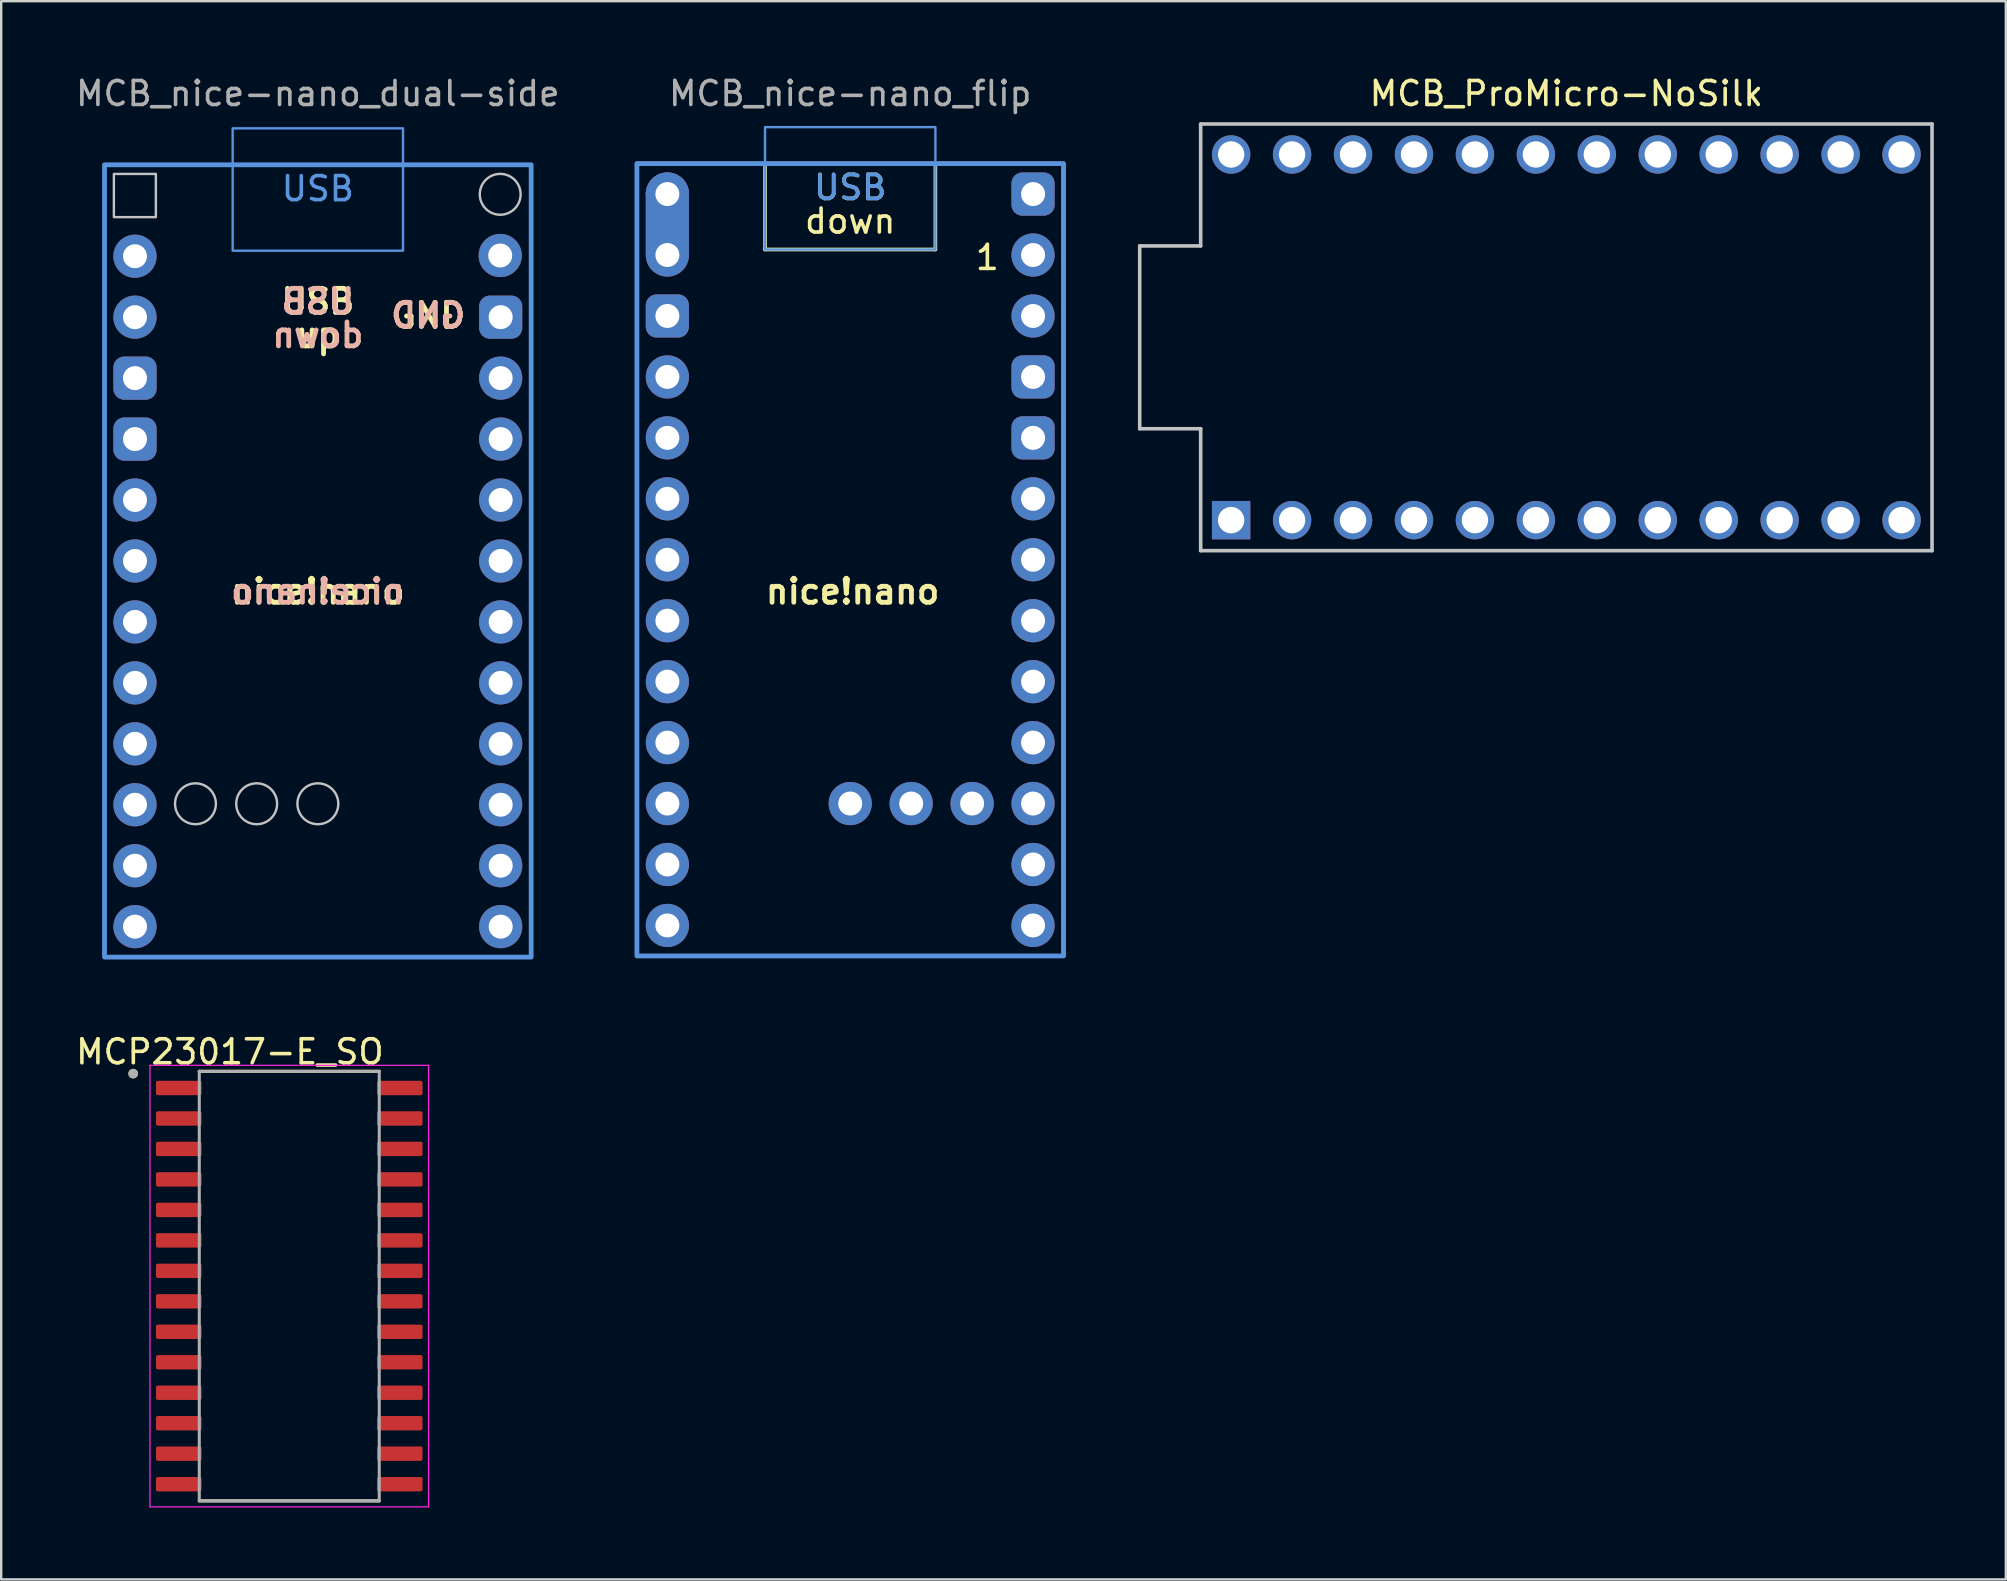
<source format=kicad_pcb>
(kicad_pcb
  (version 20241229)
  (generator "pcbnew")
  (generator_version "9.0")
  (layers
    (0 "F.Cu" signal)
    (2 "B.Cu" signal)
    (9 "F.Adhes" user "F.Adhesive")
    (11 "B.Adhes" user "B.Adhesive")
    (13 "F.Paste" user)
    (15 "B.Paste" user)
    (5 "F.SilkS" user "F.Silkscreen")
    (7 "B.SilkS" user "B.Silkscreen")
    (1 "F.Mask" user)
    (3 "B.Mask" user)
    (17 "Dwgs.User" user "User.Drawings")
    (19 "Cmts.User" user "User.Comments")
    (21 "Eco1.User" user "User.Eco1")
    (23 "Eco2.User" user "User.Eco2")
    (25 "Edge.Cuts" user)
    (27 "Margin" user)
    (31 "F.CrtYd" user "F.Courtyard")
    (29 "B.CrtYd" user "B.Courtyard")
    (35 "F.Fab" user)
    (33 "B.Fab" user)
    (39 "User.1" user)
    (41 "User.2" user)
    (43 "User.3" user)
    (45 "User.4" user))
  (footprint "MCB_nice-nano_flip"
    (layer "F.Cu")
    (at 32.383 21.548)
    (property "Reference" "MCB_nice-nano_flip" (at 0 -20.7 0) (layer "F.Fab") (effects (font (size 1 1) (thickness 0.15))))
    (attr through_hole exclude_from_pos_files exclude_from_bom)
    (fp_line (start -3.55 -14.2) (end -3.55 -17.78) (stroke (width 0.15) (type default)) (layer "F.SilkS"))
    (fp_line (start 3.55 -14.2) (end -3.55 -14.2) (stroke (width 0.15) (type default)) (layer "F.SilkS"))
    (fp_line (start 3.55 -14.2) (end 3.55 -17.78) (stroke (width 0.15) (type default)) (layer "F.SilkS"))
    (fp_rect (start -8.89 -17.78) (end 8.89 15.24) (stroke (width 0.15) (type solid)) (fill no) (layer "F.SilkS"))
    (fp_rect (start -3.55 -19.3) (end 3.55 -14.2) (stroke (width 0.1) (type default)) (fill no) (layer "Cmts.User"))
    (fp_rect (start 8.89 -17.78) (end -8.89 15.24) (stroke (width 0.2) (type solid)) (fill no) (layer "Cmts.User"))
    (fp_text user "down" (at 0 -14.8 0) (unlocked yes) (layer "F.SilkS") (effects (font (size 1 1) (thickness 0.15)) (justify bottom)))
    (fp_text user "USB" (at 0 -16.2 0) (unlocked yes) (layer "F.SilkS") (effects (font (size 1 1) (thickness 0.15)) (justify bottom)))
    (fp_text user "1" (at 5.715 -13.283 0) (layer "F.SilkS") (effects (font (size 1 1) (thickness 0.15)) (justify bottom)))
    (fp_text user "nice!nano" (at 0.1 0.05 0) (unlocked yes) (layer "F.SilkS") (effects (font (size 1 1) (thickness 0.2) (bold yes))))
    (fp_text user "USB" (at 0 -16.2 0) (layer "Cmts.User") (effects (font (size 1 1) (thickness 0.15)) (justify bottom)))
    (pad "1" thru_hole circle (at 7.62 -13.97) (size 1.8 1.8) (drill 1) (layers "*.Cu" "B.Mask"))
    (pad "2" thru_hole circle (at 7.62 -11.43) (size 1.8 1.8) (drill 1) (layers "*.Cu" "B.Mask"))
    (pad "3" thru_hole roundrect (at 7.62 -8.89) (size 1.8 1.8) (drill 1) (layers "*.Cu" "B.Mask") (roundrect_rratio 0.25))
    (pad "4" thru_hole roundrect (at 7.62 -6.35) (size 1.8 1.8) (drill 1) (layers "*.Cu" "B.Mask") (roundrect_rratio 0.25))
    (pad "5" thru_hole circle (at 7.62 -3.81) (size 1.8 1.8) (drill 1) (layers "*.Cu" "B.Mask"))
    (pad "6" thru_hole circle (at 7.62 -1.27) (size 1.8 1.8) (drill 1) (layers "*.Cu" "B.Mask"))
    (pad "7" thru_hole circle (at 7.62 1.27) (size 1.8 1.8) (drill 1) (layers "*.Cu" "B.Mask"))
    (pad "8" thru_hole circle (at 7.62 3.81) (size 1.8 1.8) (drill 1) (layers "*.Cu" "B.Mask"))
    (pad "9" thru_hole circle (at 7.62 6.35) (size 1.8 1.8) (drill 1) (layers "*.Cu" "B.Mask"))
    (pad "10" thru_hole circle (at 7.62 8.89) (size 1.8 1.8) (drill 1) (layers "*.Cu" "B.Mask"))
    (pad "11" thru_hole circle (at 7.62 11.43) (size 1.8 1.8) (drill 1) (layers "*.Cu" "B.Mask"))
    (pad "12" thru_hole circle (at 7.62 13.97) (size 1.8 1.8) (drill 1) (layers "*.Cu" "B.Mask"))
    (pad "13" thru_hole oval (at -7.62 -13.97) (size 1.8 4.34) (drill 1 (offset 0 -1.27)) (layers "*.Cu" "B.Mask"))
    (pad "14" thru_hole roundrect (at -7.62 -11.43) (size 1.8 1.8) (drill 1) (layers "*.Cu" "B.Mask") (roundrect_rratio 0.25))
    (pad "15" thru_hole circle (at -7.62 -8.89) (size 1.8 1.8) (drill 1) (layers "*.Cu" "B.Mask"))
    (pad "16" thru_hole circle (at -7.62 -6.35) (size 1.8 1.8) (drill 1) (layers "*.Cu" "B.Mask"))
    (pad "17" thru_hole circle (at -7.62 -3.81) (size 1.8 1.8) (drill 1) (layers "*.Cu" "B.Mask"))
    (pad "18" thru_hole circle (at -7.62 -1.27) (size 1.8 1.8) (drill 1) (layers "*.Cu" "B.Mask"))
    (pad "19" thru_hole circle (at -7.62 1.27) (size 1.8 1.8) (drill 1) (layers "*.Cu" "B.Mask"))
    (pad "20" thru_hole circle (at -7.62 3.81) (size 1.8 1.8) (drill 1) (layers "*.Cu" "B.Mask"))
    (pad "21" thru_hole circle (at -7.62 6.35) (size 1.8 1.8) (drill 1) (layers "*.Cu" "B.Mask"))
    (pad "22" thru_hole circle (at -7.62 8.89) (size 1.8 1.8) (drill 1) (layers "*.Cu" "B.Mask"))
    (pad "23" thru_hole circle (at -7.62 11.43) (size 1.8 1.8) (drill 1) (layers "*.Cu" "B.Mask"))
    (pad "24" thru_hole circle (at -7.62 13.97) (size 1.8 1.8) (drill 1) (layers "*.Cu" "B.Mask"))
    (pad "25" thru_hole circle (at 5.08 8.89) (size 1.8 1.8) (drill 1) (layers "*.Cu" "B.Mask"))
    (pad "26" thru_hole circle (at 2.54 8.89) (size 1.8 1.8) (drill 1) (layers "*.Cu" "B.Mask"))
    (pad "27" thru_hole circle (at 0 8.89) (size 1.8 1.8) (drill 1) (layers "*.Cu" "B.Mask"))
    (pad "28" thru_hole roundrect (at 7.62 -16.51) (size 1.8 1.8) (drill 1) (layers "*.Cu" "B.Mask") (roundrect_rratio 0.25))
    (pad "29" thru_hole circle (at -7.62 -16.51) (size 1.8 1.8) (drill 1) (layers "*.Cu" "B.Mask")))
  (footprint "MCP23017-E_SO"
    (layer "F.Cu")
    (at 9.005 50.548)
    (property "Reference" "MCP23017-E_SO" (at -2.475 -9.762 0) (layer "F.SilkS") (effects (font (size 1 1) (thickness 0.15))))
    (attr smd)
    (fp_line (start -3.75 -8.95) (end 3.75 -8.95) (stroke (width 0.127) (type solid)) (layer "F.SilkS"))
    (fp_line (start -3.75 8.95) (end 3.75 8.95) (stroke (width 0.127) (type solid)) (layer "F.SilkS"))
    (fp_circle (center -6.505 -8.855) (end -6.405 -8.855) (stroke (width 0.2) (type solid)) (fill no) (layer "F.SilkS"))
    (fp_line (start -5.805 -9.2) (end -5.805 9.2) (stroke (width 0.05) (type solid)) (layer "F.CrtYd"))
    (fp_line (start -5.805 -9.2) (end 5.805 -9.2) (stroke (width 0.05) (type solid)) (layer "F.CrtYd"))
    (fp_line (start -5.805 9.2) (end 5.805 9.2) (stroke (width 0.05) (type solid)) (layer "F.CrtYd"))
    (fp_line (start 5.805 -9.2) (end 5.805 9.2) (stroke (width 0.05) (type solid)) (layer "F.CrtYd"))
    (fp_line (start -3.75 -8.95) (end -3.75 8.95) (stroke (width 0.127) (type solid)) (layer "F.Fab"))
    (fp_line (start -3.75 -8.95) (end 3.75 -8.95) (stroke (width 0.127) (type solid)) (layer "F.Fab"))
    (fp_line (start -3.75 8.95) (end 3.75 8.95) (stroke (width 0.127) (type solid)) (layer "F.Fab"))
    (fp_line (start 3.75 -8.95) (end 3.75 8.95) (stroke (width 0.127) (type solid)) (layer "F.Fab"))
    (fp_circle (center -6.505 -8.855) (end -6.405 -8.855) (stroke (width 0.2) (type solid)) (fill no) (layer "F.Fab"))
    (pad "1" smd roundrect (at -4.605 -8.255) (size 1.9 0.6) (layers "F.Cu" "F.Mask" "F.Paste") (roundrect_rratio 0.125))
    (pad "2" smd roundrect (at -4.605 -6.985) (size 1.9 0.6) (layers "F.Cu" "F.Mask" "F.Paste") (roundrect_rratio 0.125))
    (pad "3" smd roundrect (at -4.605 -5.715) (size 1.9 0.6) (layers "F.Cu" "F.Mask" "F.Paste") (roundrect_rratio 0.125))
    (pad "4" smd roundrect (at -4.605 -4.445) (size 1.9 0.6) (layers "F.Cu" "F.Mask" "F.Paste") (roundrect_rratio 0.125))
    (pad "5" smd roundrect (at -4.605 -3.175) (size 1.9 0.6) (layers "F.Cu" "F.Mask" "F.Paste") (roundrect_rratio 0.125))
    (pad "6" smd roundrect (at -4.605 -1.905) (size 1.9 0.6) (layers "F.Cu" "F.Mask" "F.Paste") (roundrect_rratio 0.125))
    (pad "7" smd roundrect (at -4.605 -0.635) (size 1.9 0.6) (layers "F.Cu" "F.Mask" "F.Paste") (roundrect_rratio 0.125))
    (pad "8" smd roundrect (at -4.605 0.635) (size 1.9 0.6) (layers "F.Cu" "F.Mask" "F.Paste") (roundrect_rratio 0.125))
    (pad "9" smd roundrect (at -4.605 1.905) (size 1.9 0.6) (layers "F.Cu" "F.Mask" "F.Paste") (roundrect_rratio 0.125))
    (pad "10" smd roundrect (at -4.605 3.175) (size 1.9 0.6) (layers "F.Cu" "F.Mask" "F.Paste") (roundrect_rratio 0.125))
    (pad "11" smd roundrect (at -4.605 4.445) (size 1.9 0.6) (layers "F.Cu" "F.Mask" "F.Paste") (roundrect_rratio 0.125))
    (pad "12" smd roundrect (at -4.605 5.715) (size 1.9 0.6) (layers "F.Cu" "F.Mask" "F.Paste") (roundrect_rratio 0.125))
    (pad "13" smd roundrect (at -4.605 6.985) (size 1.9 0.6) (layers "F.Cu" "F.Mask" "F.Paste") (roundrect_rratio 0.125))
    (pad "14" smd roundrect (at -4.605 8.255) (size 1.9 0.6) (layers "F.Cu" "F.Mask" "F.Paste") (roundrect_rratio 0.125))
    (pad "15" smd roundrect (at 4.605 8.255) (size 1.9 0.6) (layers "F.Cu" "F.Mask" "F.Paste") (roundrect_rratio 0.125))
    (pad "16" smd roundrect (at 4.605 6.985) (size 1.9 0.6) (layers "F.Cu" "F.Mask" "F.Paste") (roundrect_rratio 0.125))
    (pad "17" smd roundrect (at 4.605 5.715) (size 1.9 0.6) (layers "F.Cu" "F.Mask" "F.Paste") (roundrect_rratio 0.125))
    (pad "18" smd roundrect (at 4.605 4.445) (size 1.9 0.6) (layers "F.Cu" "F.Mask" "F.Paste") (roundrect_rratio 0.125))
    (pad "19" smd roundrect (at 4.605 3.175) (size 1.9 0.6) (layers "F.Cu" "F.Mask" "F.Paste") (roundrect_rratio 0.125))
    (pad "20" smd roundrect (at 4.605 1.905) (size 1.9 0.6) (layers "F.Cu" "F.Mask" "F.Paste") (roundrect_rratio 0.125))
    (pad "21" smd roundrect (at 4.605 0.635) (size 1.9 0.6) (layers "F.Cu" "F.Mask" "F.Paste") (roundrect_rratio 0.125))
    (pad "22" smd roundrect (at 4.605 -0.635) (size 1.9 0.6) (layers "F.Cu" "F.Mask" "F.Paste") (roundrect_rratio 0.125))
    (pad "23" smd roundrect (at 4.605 -1.905) (size 1.9 0.6) (layers "F.Cu" "F.Mask" "F.Paste") (roundrect_rratio 0.125))
    (pad "24" smd roundrect (at 4.605 -3.175) (size 1.9 0.6) (layers "F.Cu" "F.Mask" "F.Paste") (roundrect_rratio 0.125))
    (pad "25" smd roundrect (at 4.605 -4.445) (size 1.9 0.6) (layers "F.Cu" "F.Mask" "F.Paste") (roundrect_rratio 0.125))
    (pad "26" smd roundrect (at 4.605 -5.715) (size 1.9 0.6) (layers "F.Cu" "F.Mask" "F.Paste") (roundrect_rratio 0.125))
    (pad "27" smd roundrect (at 4.605 -6.985) (size 1.9 0.6) (layers "F.Cu" "F.Mask" "F.Paste") (roundrect_rratio 0.125))
    (pad "28" smd roundrect (at 4.605 -8.255) (size 1.9 0.6) (layers "F.Cu" "F.Mask" "F.Paste") (roundrect_rratio 0.125)))
  (footprint "MCB_nice-nano_dual-side"
    (layer "F.Cu")
    (at 10.196 21.598)
    (property "Reference" "MCB_nice-nano_dual-side" (at 0 -20.75 0) (layer "F.Fab") (effects (font (size 1 1) (thickness 0.15))))
    (attr through_hole exclude_from_pos_files exclude_from_bom)
    (fp_rect (start -8.5 -17.4) (end -6.75 -15.6) (stroke (width 0.1) (type solid)) (fill no) (layer "Dwgs.User"))
    (fp_circle (center -5.1 8.849) (end -4.249 8.849) (stroke (width 0.1) (type solid)) (fill no) (layer "Dwgs.User"))
    (fp_circle (center -2.549 8.849) (end -1.697 8.849) (stroke (width 0.1) (type solid)) (fill no) (layer "Dwgs.User"))
    (fp_circle (center 0.001 8.849) (end 0.853 8.849) (stroke (width 0.1) (type solid)) (fill no) (layer "Dwgs.User"))
    (fp_circle (center 7.6 -16.55) (end 8.451 -16.55) (stroke (width 0.1) (type solid)) (fill no) (layer "Dwgs.User"))
    (fp_rect (start -3.55 -19.3) (end 3.55 -14.2) (stroke (width 0.1) (type default)) (fill no) (layer "Cmts.User"))
    (fp_rect (start 8.89 -17.78) (end -8.89 15.24) (stroke (width 0.2) (type solid)) (fill no) (layer "Cmts.User"))
    (fp_text user "nice!nano" (at 0 0 0) (unlocked yes) (layer "F.SilkS") (effects (font (size 1 1) (thickness 0.2) (bold yes))))
    (fp_text user "USB" (at 0 -11.5 0) (unlocked yes) (layer "F.SilkS") (effects (font (size 1 1) (thickness 0.2) (bold yes)) (justify bottom)))
    (fp_text user "up" (at 0 -10.1 0) (unlocked yes) (layer "F.SilkS") (effects (font (size 1 1) (thickness 0.2) (bold yes)) (justify bottom)))
    (fp_text user "GND" (at 4.6 -11.5 0) (layer "F.SilkS") (effects (font (size 1 1) (thickness 0.2) (bold yes))))
    (fp_text user "USB" (at 0 -11.5 0) (unlocked yes) (layer "B.SilkS") (effects (font (size 1 1) (thickness 0.2) (bold yes)) (justify bottom mirror)))
    (fp_text user "GND" (at 4.6 -11.5 0) (layer "B.SilkS") (effects (font (size 1 1) (thickness 0.2) (bold yes)) (justify mirror)))
    (fp_text user "nice!nano" (at 0 0 0) (unlocked yes) (layer "B.SilkS") (effects (font (size 1 1) (thickness 0.2) (bold yes)) (justify mirror)))
    (fp_text user "down" (at 0 -10.1 0) (unlocked yes) (layer "B.SilkS") (effects (font (size 1 1) (thickness 0.2) (bold yes)) (justify bottom mirror)))
    (fp_text user "USB" (at 0 -16.2 0) (layer "Cmts.User") (effects (font (size 1 1) (thickness 0.15)) (justify bottom)))
    (pad "1" thru_hole circle (at -7.62 -13.97) (size 1.8 1.8) (drill 1) (layers "*.Cu" "B.Mask"))
    (pad "2" thru_hole circle (at -7.62 -11.43) (size 1.8 1.8) (drill 1) (layers "*.Cu" "B.Mask"))
    (pad "3" thru_hole roundrect (at -7.62 -8.89) (size 1.8 1.8) (drill 1) (layers "*.Cu" "B.Mask") (roundrect_rratio 0.25))
    (pad "4" thru_hole roundrect (at -7.62 -6.35) (size 1.8 1.8) (drill 1) (layers "*.Cu" "B.Mask") (roundrect_rratio 0.25))
    (pad "5" thru_hole circle (at -7.62 -3.81) (size 1.8 1.8) (drill 1) (layers "*.Cu" "B.Mask"))
    (pad "6" thru_hole circle (at -7.62 -1.27) (size 1.8 1.8) (drill 1) (layers "*.Cu" "B.Mask"))
    (pad "7" thru_hole circle (at -7.62 1.27) (size 1.8 1.8) (drill 1) (layers "*.Cu" "B.Mask"))
    (pad "8" thru_hole circle (at -7.62 3.81) (size 1.8 1.8) (drill 1) (layers "*.Cu" "B.Mask"))
    (pad "9" thru_hole circle (at -7.62 6.35) (size 1.8 1.8) (drill 1) (layers "*.Cu" "B.Mask"))
    (pad "10" thru_hole circle (at -7.62 8.89) (size 1.8 1.8) (drill 1) (layers "*.Cu" "B.Mask"))
    (pad "11" thru_hole circle (at -7.62 11.43) (size 1.8 1.8) (drill 1) (layers "*.Cu" "B.Mask"))
    (pad "12" thru_hole circle (at -7.62 13.97) (size 1.8 1.8) (drill 1) (layers "*.Cu" "B.Mask"))
    (pad "13" thru_hole circle (at 7.62 13.97) (size 1.8 1.8) (drill 1) (layers "*.Cu" "B.Mask"))
    (pad "14" thru_hole circle (at 7.62 11.43) (size 1.8 1.8) (drill 1) (layers "*.Cu" "B.Mask"))
    (pad "15" thru_hole circle (at 7.62 8.89) (size 1.8 1.8) (drill 1) (layers "*.Cu" "B.Mask"))
    (pad "16" thru_hole circle (at 7.62 6.35) (size 1.8 1.8) (drill 1) (layers "*.Cu" "B.Mask"))
    (pad "17" thru_hole circle (at 7.62 3.81) (size 1.8 1.8) (drill 1) (layers "*.Cu" "B.Mask"))
    (pad "18" thru_hole circle (at 7.62 1.27) (size 1.8 1.8) (drill 1) (layers "*.Cu" "B.Mask"))
    (pad "19" thru_hole circle (at 7.62 -1.27) (size 1.8 1.8) (drill 1) (layers "*.Cu" "B.Mask"))
    (pad "20" thru_hole circle (at 7.62 -3.81) (size 1.8 1.8) (drill 1) (layers "*.Cu" "B.Mask"))
    (pad "21" thru_hole circle (at 7.62 -6.35) (size 1.8 1.8) (drill 1) (layers "*.Cu" "B.Mask"))
    (pad "22" thru_hole circle (at 7.62 -8.89) (size 1.8 1.8) (drill 1) (layers "*.Cu" "B.Mask"))
    (pad "23" thru_hole roundrect (at 7.62 -11.43) (size 1.8 1.8) (drill 1) (layers "*.Cu" "B.Mask") (roundrect_rratio 0.25))
    (pad "24" thru_hole circle (at 7.6 -14) (size 1.8 1.8) (drill 1) (layers "*.Cu" "B.Mask")))
  (footprint "MCB_ProMicro-NoSilk"
    (layer "F.Cu")
    (at 62.228 11.008)
    (property "Reference" "MCB_ProMicro-NoSilk" (at 0 -10.16 0) (layer "F.SilkS") (effects (font (size 1 1) (thickness 0.15))))
    (attr through_hole)
    (fp_line (start -17.78 -3.81) (end -15.24 -3.81) (stroke (width 0.15) (type solid)) (layer "Dwgs.User"))
    (fp_line (start -17.78 3.81) (end -17.78 -3.81) (stroke (width 0.15) (type solid)) (layer "Dwgs.User"))
    (fp_line (start -15.24 -8.89) (end 15.24 -8.89) (stroke (width 0.15) (type solid)) (layer "Dwgs.User"))
    (fp_line (start -15.24 -3.81) (end -15.24 -8.89) (stroke (width 0.15) (type solid)) (layer "Dwgs.User"))
    (fp_line (start -15.24 3.81) (end -17.78 3.81) (stroke (width 0.15) (type solid)) (layer "Dwgs.User"))
    (fp_line (start -15.24 8.89) (end -15.24 3.81) (stroke (width 0.15) (type solid)) (layer "Dwgs.User"))
    (fp_line (start -15.24 8.89) (end 15.24 8.89) (stroke (width 0.15) (type solid)) (layer "Dwgs.User"))
    (fp_line (start 15.24 -8.89) (end 15.24 8.89) (stroke (width 0.15) (type solid)) (layer "Dwgs.User"))
    (pad "1" thru_hole rect (at -13.97 7.62) (size 1.6 1.6) (drill 1.1) (layers "*.Cu" "*.Mask"))
    (pad "2" thru_hole circle (at -11.43 7.62) (size 1.6 1.6) (drill 1.1) (layers "*.Cu" "*.Mask"))
    (pad "3" thru_hole circle (at -8.89 7.62) (size 1.6 1.6) (drill 1.1) (layers "*.Cu" "*.Mask"))
    (pad "4" thru_hole circle (at -6.35 7.62) (size 1.6 1.6) (drill 1.1) (layers "*.Cu" "*.Mask"))
    (pad "5" thru_hole circle (at -3.81 7.62) (size 1.6 1.6) (drill 1.1) (layers "*.Cu" "*.Mask"))
    (pad "6" thru_hole circle (at -1.27 7.62) (size 1.6 1.6) (drill 1.1) (layers "*.Cu" "*.Mask"))
    (pad "7" thru_hole circle (at 1.27 7.62) (size 1.6 1.6) (drill 1.1) (layers "*.Cu" "*.Mask"))
    (pad "8" thru_hole circle (at 3.81 7.62) (size 1.6 1.6) (drill 1.1) (layers "*.Cu" "*.Mask"))
    (pad "9" thru_hole circle (at 6.35 7.62) (size 1.6 1.6) (drill 1.1) (layers "*.Cu" "*.Mask"))
    (pad "10" thru_hole circle (at 8.89 7.62) (size 1.6 1.6) (drill 1.1) (layers "*.Cu" "*.Mask"))
    (pad "11" thru_hole circle (at 11.43 7.62) (size 1.6 1.6) (drill 1.1) (layers "*.Cu" "*.Mask"))
    (pad "12" thru_hole circle (at 13.97 7.62) (size 1.6 1.6) (drill 1.1) (layers "*.Cu" "*.Mask"))
    (pad "13" thru_hole circle (at 13.97 -7.62) (size 1.6 1.6) (drill 1.1) (layers "*.Cu" "*.Mask"))
    (pad "14" thru_hole circle (at 11.43 -7.62) (size 1.6 1.6) (drill 1.1) (layers "*.Cu" "*.Mask"))
    (pad "15" thru_hole circle (at 8.89 -7.62) (size 1.6 1.6) (drill 1.1) (layers "*.Cu" "*.Mask"))
    (pad "16" thru_hole circle (at 6.35 -7.62) (size 1.6 1.6) (drill 1.1) (layers "*.Cu" "*.Mask"))
    (pad "17" thru_hole circle (at 3.81 -7.62) (size 1.6 1.6) (drill 1.1) (layers "*.Cu" "*.Mask"))
    (pad "18" thru_hole circle (at 1.27 -7.62) (size 1.6 1.6) (drill 1.1) (layers "*.Cu" "*.Mask"))
    (pad "19" thru_hole circle (at -1.27 -7.62) (size 1.6 1.6) (drill 1.1) (layers "*.Cu" "*.Mask"))
    (pad "20" thru_hole circle (at -3.81 -7.62) (size 1.6 1.6) (drill 1.1) (layers "*.Cu" "*.Mask"))
    (pad "21" thru_hole circle (at -6.35 -7.62) (size 1.6 1.6) (drill 1.1) (layers "*.Cu" "*.Mask"))
    (pad "22" thru_hole circle (at -8.89 -7.62) (size 1.6 1.6) (drill 1.1) (layers "*.Cu" "*.Mask"))
    (pad "23" thru_hole circle (at -11.43 -7.62) (size 1.6 1.6) (drill 1.1) (layers "*.Cu" "*.Mask"))
    (pad "24" thru_hole circle (at -13.97 -7.62) (size 1.6 1.6) (drill 1.1) (layers "*.Cu" "*.Mask")))
  (gr_rect
    (start -3 -3)
    (end 80.543 62.773)
    (stroke (width 0.1) (type default))
    (fill no)
    (layer "Edge.Cuts")))
</source>
